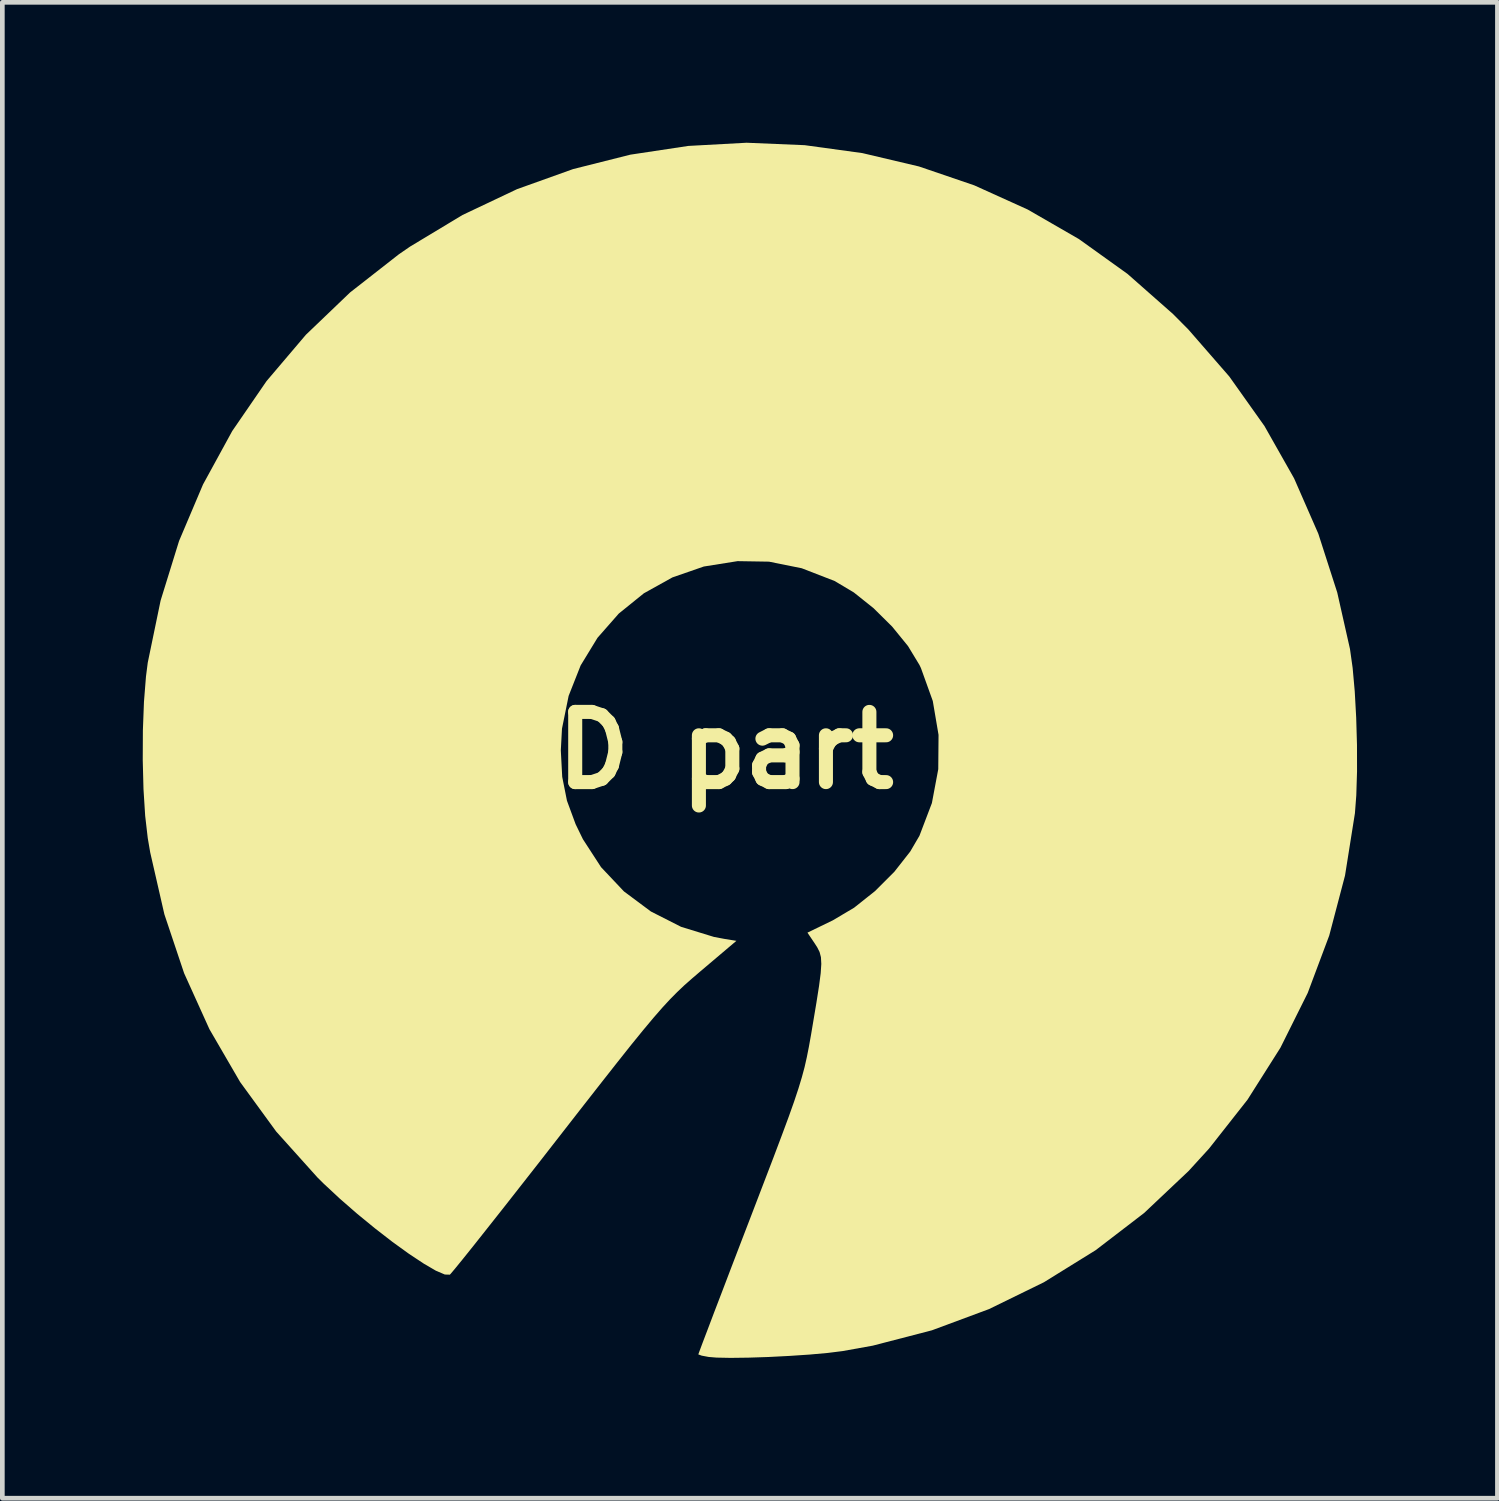
<source format=kicad_pcb>
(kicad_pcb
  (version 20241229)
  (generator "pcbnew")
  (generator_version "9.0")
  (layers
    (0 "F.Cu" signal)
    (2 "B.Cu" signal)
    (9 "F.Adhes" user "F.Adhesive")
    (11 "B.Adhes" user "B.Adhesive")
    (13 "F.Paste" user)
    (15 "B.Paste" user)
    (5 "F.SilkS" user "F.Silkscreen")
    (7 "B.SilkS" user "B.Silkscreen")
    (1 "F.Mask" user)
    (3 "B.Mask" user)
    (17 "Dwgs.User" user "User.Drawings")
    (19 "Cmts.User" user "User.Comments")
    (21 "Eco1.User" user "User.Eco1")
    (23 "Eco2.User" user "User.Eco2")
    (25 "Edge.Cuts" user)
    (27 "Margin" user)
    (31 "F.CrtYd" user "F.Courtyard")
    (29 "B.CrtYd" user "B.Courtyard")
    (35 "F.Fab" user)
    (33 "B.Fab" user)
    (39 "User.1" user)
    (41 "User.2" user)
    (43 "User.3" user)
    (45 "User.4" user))
  (footprint "HD part 2"
    (layer "F.Cu")
    (at 12.955 12.983)
    (property "Reference" "HD part 2" (at 0 0 0) (layer "F.SilkS") (effects (font (size 1.5 1.5) (thickness 0.3))))
    (attr board_only exclude_from_pos_files exclude_from_bom)
    (fp_poly (pts (xy 1.189 -12.931) (xy 2.42 -12.762) (xy 3.631 -12.476) (xy 4.812 -12.073) (xy 5.954 -11.556) (xy 7.048 -10.925) (xy 8.086 -10.181) (xy 9.058 -9.324) (xy 9.386 -8.994) (xy 10.261 -7.989) (xy 11.013 -6.93) (xy 11.646 -5.812) (xy 12.164 -4.628) (xy 12.568 -3.373) (xy 12.84 -2.167) (xy 12.897 -1.762) (xy 12.942 -1.26) (xy 12.973 -0.699) (xy 12.99 -0.116) (xy 12.991 0.45) (xy 12.975 0.963) (xy 12.946 1.343) (xy 12.734 2.676) (xy 12.397 3.957) (xy 11.937 5.184) (xy 11.354 6.354) (xy 10.651 7.464) (xy 9.828 8.51) (xy 9.391 8.989) (xy 8.441 9.886) (xy 7.406 10.68) (xy 6.299 11.366) (xy 5.129 11.938) (xy 3.907 12.392) (xy 2.643 12.72) (xy 1.997 12.836) (xy 1.685 12.875) (xy 1.297 12.91) (xy 0.864 12.939) (xy 0.418 12.962) (xy -0.011 12.976) (xy -0.393 12.981) (xy -0.695 12.975) (xy -0.864 12.961) (xy -1.013 12.933) (xy -1.083 12.907) (xy -1.084 12.906) (xy -1.06 12.84) (xy -0.993 12.66) (xy -0.886 12.379) (xy -0.746 12.009) (xy -0.575 11.563) (xy -0.381 11.054) (xy -0.166 10.493) (xy 0.039 9.96) (xy 0.301 9.276) (xy 0.52 8.704) (xy 0.7 8.227) (xy 0.846 7.833) (xy 0.963 7.504) (xy 1.055 7.227) (xy 1.128 6.986) (xy 1.187 6.767) (xy 1.235 6.554) (xy 1.279 6.332) (xy 1.323 6.086) (xy 1.359 5.872) (xy 1.439 5.395) (xy 1.496 5.032) (xy 1.531 4.761) (xy 1.544 4.564) (xy 1.536 4.419) (xy 1.507 4.308) (xy 1.457 4.209) (xy 1.403 4.125) (xy 1.248 3.895) (xy 1.792 3.631) (xy 2.245 3.362) (xy 2.693 3.006) (xy 3.104 2.595) (xy 3.444 2.162) (xy 3.641 1.825) (xy 3.907 1.126) (xy 4.043 0.402) (xy 4.049 -0.33) (xy 3.926 -1.055) (xy 3.673 -1.758) (xy 3.641 -1.825) (xy 3.396 -2.229) (xy 3.057 -2.645) (xy 2.66 -3.038) (xy 2.239 -3.374) (xy 1.83 -3.618) (xy 1.126 -3.891) (xy 0.426 -4.032) (xy -0.245 -4.043) (xy -0.967 -3.928) (xy -1.638 -3.695) (xy -2.247 -3.356) (xy -2.784 -2.922) (xy -3.238 -2.405) (xy -3.598 -1.815) (xy -3.855 -1.164) (xy -3.997 -0.463) (xy -4.022 0) (xy -3.992 0.567) (xy -3.891 1.075) (xy -3.706 1.577) (xy -3.55 1.898) (xy -3.162 2.496) (xy -2.673 3.014) (xy -2.097 3.443) (xy -1.451 3.771) (xy -0.748 3.987) (xy -0.524 4.029) (xy -0.27 4.07) (xy -1.047 4.728) (xy -1.221 4.877) (xy -1.381 5.018) (xy -1.534 5.163) (xy -1.69 5.321) (xy -1.857 5.502) (xy -2.046 5.719) (xy -2.264 5.98) (xy -2.521 6.296) (xy -2.825 6.679) (xy -3.186 7.138) (xy -3.613 7.684) (xy -4.064 8.263) (xy -4.49 8.81) (xy -4.893 9.324) (xy -5.264 9.797) (xy -5.597 10.218) (xy -5.882 10.578) (xy -6.112 10.865) (xy -6.279 11.07) (xy -6.375 11.184) (xy -6.393 11.203) (xy -6.5 11.2) (xy -6.692 11.118) (xy -6.952 10.966) (xy -7.266 10.758) (xy -7.618 10.504) (xy -7.991 10.215) (xy -8.372 9.903) (xy -8.743 9.58) (xy -9.09 9.257) (xy -9.22 9.128) (xy -10.103 8.145) (xy -10.874 7.087) (xy -11.53 5.958) (xy -12.071 4.762) (xy -12.493 3.502) (xy -12.795 2.183) (xy -12.848 1.874) (xy -12.903 1.399) (xy -12.939 0.83) (xy -12.955 0.208) (xy -12.952 -0.428) (xy -12.929 -1.036) (xy -12.886 -1.577) (xy -12.848 -1.874) (xy -12.573 -3.202) (xy -12.179 -4.474) (xy -11.667 -5.682) (xy -11.043 -6.823) (xy -10.309 -7.891) (xy -9.469 -8.88) (xy -8.525 -9.784) (xy -7.483 -10.599) (xy -7.245 -10.763) (xy -6.123 -11.439) (xy -4.958 -11.991) (xy -3.76 -12.42) (xy -2.537 -12.728) (xy -1.298 -12.915) (xy -0.053 -12.983)) (stroke (width 0) (type solid)) (fill yes) (layer "F.SilkS")))
  (gr_rect
    (start -3 -3)
    (end 28.946 28.963)
    (stroke (width 0.1) (type default))
    (fill no)
    (layer "Edge.Cuts")))
</source>
